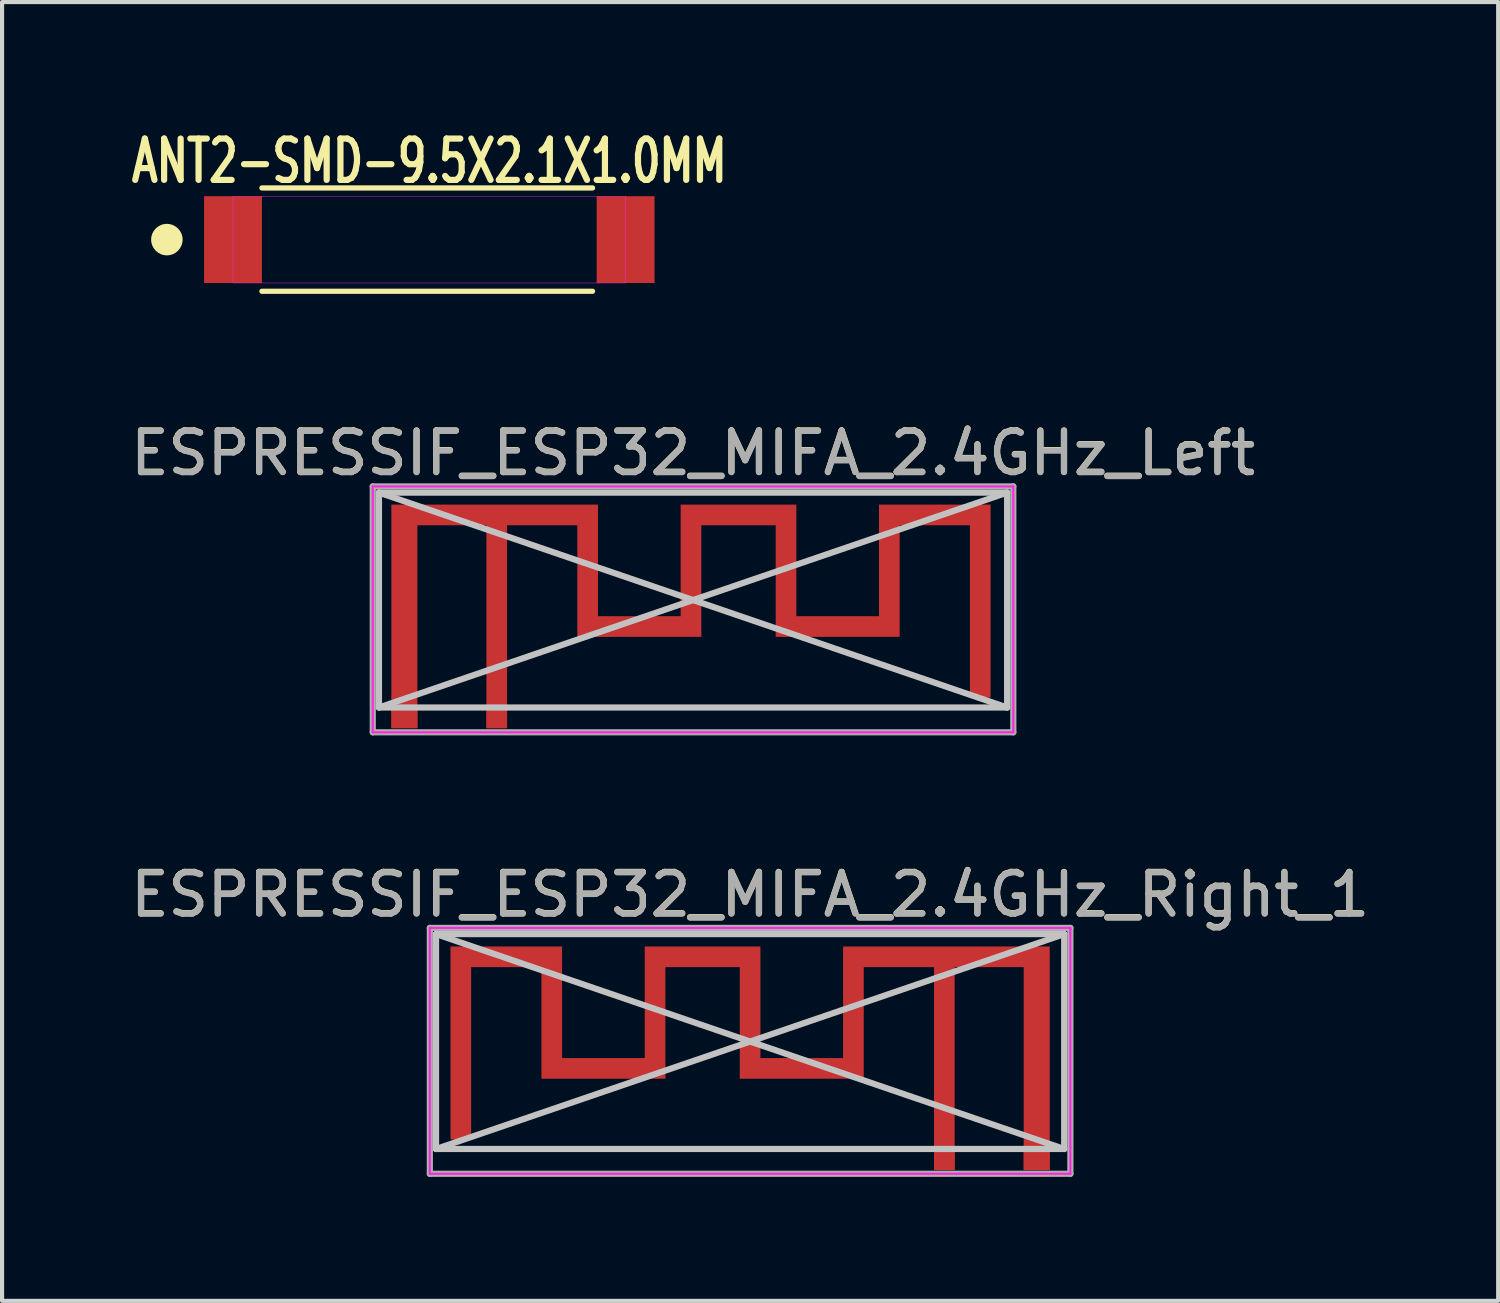
<source format=kicad_pcb>
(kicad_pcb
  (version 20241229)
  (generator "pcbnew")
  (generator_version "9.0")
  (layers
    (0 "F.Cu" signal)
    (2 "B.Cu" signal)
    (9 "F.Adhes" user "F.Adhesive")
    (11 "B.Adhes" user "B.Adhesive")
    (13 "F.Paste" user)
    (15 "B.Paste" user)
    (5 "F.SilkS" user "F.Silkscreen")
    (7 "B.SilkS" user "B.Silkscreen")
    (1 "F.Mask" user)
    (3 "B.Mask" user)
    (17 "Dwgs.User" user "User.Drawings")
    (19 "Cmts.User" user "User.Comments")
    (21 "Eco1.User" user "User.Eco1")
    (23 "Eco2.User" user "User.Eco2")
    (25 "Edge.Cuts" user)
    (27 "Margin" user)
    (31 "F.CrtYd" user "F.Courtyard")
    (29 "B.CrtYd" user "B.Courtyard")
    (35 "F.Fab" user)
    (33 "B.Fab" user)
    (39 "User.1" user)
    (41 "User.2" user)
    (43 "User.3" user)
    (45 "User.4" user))
  (footprint "ANT2-SMD-9.5X2.1X1.0MM"
    (layer "F.Cu")
    (at 7.338 2.748)
    (property "Reference" "ANT2-SMD-9.5X2.1X1.0MM" (at 0 -1.9 0) (layer "F.SilkS") (effects (font (size 1 0.7) (thickness 0.15))))
    (attr smd)
    (fp_line (start -4.05 -1.25) (end 3.95 -1.25) (stroke (width 0.127) (type solid)) (layer "F.SilkS"))
    (fp_line (start 3.95 1.25) (end -4.05 1.25) (stroke (width 0.127) (type solid)) (layer "F.SilkS"))
    (fp_circle (center -6.35 0) (end -5.969 0) (stroke (width 0) (type solid)) (fill yes) (layer "F.SilkS"))
    (fp_poly (pts (xy -4.75 -1.05) (xy 4.75 -1.05) (xy 4.75 1.05) (xy -4.75 1.05)) (stroke (width 0.01) (type solid)) (fill no) (layer "F.CrtYd"))
    (pad "1" smd rect (at -4.75 0) (size 1.4 2.1) (layers "F.Cu" "F.Mask" "F.Paste"))
    (pad "2" smd rect (at 4.75 0) (size 1.4 2.1) (layers "F.Cu" "F.Mask" "F.Paste")))
  (footprint "ESPRESSIF_ESP32_MIFA_2.4GHz_Right_1"
    (layer "F.Cu")
    (at 10.551 25.003)
    (property "Reference" "ESPRESSIF_ESP32_MIFA_2.4GHz_Right_1" (at 4.55 -6.41 0) (layer "F.SilkS") (effects (font (size 1 1) (thickness 0.15))))
    (attr exclude_from_pos_files exclude_from_bom)
    (fp_poly (pts (xy 6.8 -2.45) (xy 4.8 -2.45) (xy 4.8 -5.15) (xy 2 -5.15) (xy 2 -2.45) (xy 0 -2.45) (xy 0 -5.15) (xy -2.7 -5.15) (xy -2.7 -0.48) (xy -2.2 -0.48) (xy -2.2 -4.65) (xy -0.5 -4.65) (xy -0.5 -1.95) (xy 2.5 -1.95) (xy 2.5 -4.65) (xy 4.3 -4.65) (xy 4.3 -1.95) (xy 7.3 -1.95) (xy 7.3 -4.65) (xy 9 -4.65) (xy 9 0.26) (xy 9.5 0.26) (xy 9.5 -4.65) (xy 11.17 -4.65) (xy 11.17 0.26) (xy 11.8 0.26) (xy 11.8 0.007) (xy 11.498 0.007) (xy 11.488 0.054) (xy 11.464 0.097) (xy 11.426 0.13) (xy 11.418 0.134) (xy 11.375 0.146) (xy 11.327 0.145) (xy 11.281 0.132) (xy 11.263 0.122) (xy 11.229 0.087) (xy 11.208 0.041) (xy 11.202 -0.008) (xy 11.21 -0.056) (xy 11.227 -0.089) (xy 11.262 -0.121) (xy 11.308 -0.141) (xy 11.357 -0.148) (xy 11.405 -0.14) (xy 11.438 -0.123) (xy 11.473 -0.086) (xy 11.493 -0.042) (xy 11.498 0.007) (xy 11.8 0.028) (xy 11.8 -5.15) (xy 6.8 -5.15) (xy 6.8 -2.51)) (stroke (width 0) (type solid)) (fill yes) (layer "F.Cu"))
    (fp_line (start -3.05 -0.25) (end -3.05 -5.45) (stroke (width 0.15) (type solid)) (layer "Dwgs.User"))
    (fp_line (start 12.15 -5.45) (end -3.05 -5.45) (stroke (width 0.15) (type solid)) (layer "Dwgs.User"))
    (fp_line (start 12.15 -5.45) (end -3.05 -0.25) (stroke (width 0.15) (type solid)) (layer "Dwgs.User"))
    (fp_line (start 12.15 -0.25) (end -3.05 -5.45) (stroke (width 0.15) (type solid)) (layer "Dwgs.User"))
    (fp_line (start 12.15 -0.25) (end -3.05 -0.25) (stroke (width 0.15) (type solid)) (layer "Dwgs.User"))
    (fp_line (start 12.15 -0.25) (end 12.15 -5.45) (stroke (width 0.15) (type solid)) (layer "Dwgs.User"))
    (fp_line (start -3.2 -5.6) (end -3.2 0.35) (stroke (width 0.05) (type solid)) (layer "F.CrtYd"))
    (fp_line (start -3.2 0.35) (end 12.3 0.35) (stroke (width 0.05) (type solid)) (layer "F.CrtYd"))
    (fp_line (start 12.3 -5.6) (end -3.2 -5.6) (stroke (width 0.05) (type solid)) (layer "F.CrtYd"))
    (fp_line (start 12.3 0.35) (end 12.3 -5.6) (stroke (width 0.05) (type solid)) (layer "F.CrtYd"))
    (fp_line (start -3.2 -5.6) (end -3.2 0.35) (stroke (width 0.15) (type solid)) (layer "F.Fab"))
    (fp_line (start -3.2 0.35) (end 12.3 0.35) (stroke (width 0.15) (type solid)) (layer "F.Fab"))
    (fp_line (start 12.3 -5.6) (end -3.2 -5.6) (stroke (width 0.15) (type solid)) (layer "F.Fab"))
    (fp_line (start 12.3 0.35) (end 12.3 -5.6) (stroke (width 0.15) (type solid)) (layer "F.Fab"))
    (fp_text user "${REFERENCE}" (at 4.55 -6.4 0) (layer "F.Fab") (effects (font (size 1 1) (thickness 0.15))))
    (pad "1" smd rect (at 9.25 0.01) (size 0.5 0.5) (layers "F.Cu"))
    (pad "2" smd rect (at 11.485 0.01) (size 0.63 0.5) (layers "F.Cu")))
  (footprint "ESPRESSIF_ESP32_MIFA_2.4GHz_Left"
    (layer "F.Cu")
    (at 9.17 14.32)
    (property "Reference" "ESPRESSIF_ESP32_MIFA_2.4GHz_Left" (at 4.55 -6.41 0) (layer "F.SilkS") (effects (font (size 1 1) (thickness 0.15))))
    (attr exclude_from_pos_files exclude_from_bom)
    (fp_poly (pts (xy 2.25 -2.46) (xy 4.25 -2.46) (xy 4.25 -5.16) (xy 7.05 -5.16) (xy 7.05 -2.46) (xy 9.05 -2.46) (xy 9.05 -5.16) (xy 11.75 -5.16) (xy 11.75 -0.49) (xy 11.25 -0.49) (xy 11.25 -4.66) (xy 9.55 -4.66) (xy 9.55 -1.96) (xy 6.55 -1.96) (xy 6.55 -4.66) (xy 4.75 -4.66) (xy 4.75 -1.96) (xy 1.75 -1.96) (xy 1.75 -4.66) (xy 0.05 -4.66) (xy 0.05 0.25) (xy -0.45 0.25) (xy -0.45 -4.66) (xy -2.12 -4.66) (xy -2.12 0.25) (xy -2.75 0.25) (xy -2.75 -0.003) (xy -2.448 -0.003) (xy -2.438 0.044) (xy -2.414 0.087) (xy -2.376 0.12) (xy -2.368 0.124) (xy -2.325 0.136) (xy -2.277 0.135) (xy -2.231 0.122) (xy -2.213 0.112) (xy -2.179 0.077) (xy -2.158 0.031) (xy -2.152 -0.018) (xy -2.16 -0.066) (xy -2.177 -0.099) (xy -2.212 -0.131) (xy -2.258 -0.151) (xy -2.307 -0.158) (xy -2.355 -0.15) (xy -2.388 -0.133) (xy -2.423 -0.096) (xy -2.443 -0.052) (xy -2.448 -0.003) (xy -2.75 0.018) (xy -2.75 -5.16) (xy 2.25 -5.16) (xy 2.25 -2.52)) (stroke (width 0) (type solid)) (fill yes) (layer "F.Cu"))
    (fp_line (start -3.05 -0.25) (end -3.05 -5.45) (stroke (width 0.15) (type solid)) (layer "Dwgs.User"))
    (fp_line (start 12.15 -5.45) (end -3.05 -5.45) (stroke (width 0.15) (type solid)) (layer "Dwgs.User"))
    (fp_line (start 12.15 -5.45) (end -3.05 -0.25) (stroke (width 0.15) (type solid)) (layer "Dwgs.User"))
    (fp_line (start 12.15 -0.25) (end -3.05 -5.45) (stroke (width 0.15) (type solid)) (layer "Dwgs.User"))
    (fp_line (start 12.15 -0.25) (end -3.05 -0.25) (stroke (width 0.15) (type solid)) (layer "Dwgs.User"))
    (fp_line (start 12.15 -0.25) (end 12.15 -5.45) (stroke (width 0.15) (type solid)) (layer "Dwgs.User"))
    (fp_line (start -3.2 -5.6) (end -3.2 0.35) (stroke (width 0.05) (type solid)) (layer "F.CrtYd"))
    (fp_line (start -3.2 0.35) (end 12.3 0.35) (stroke (width 0.05) (type solid)) (layer "F.CrtYd"))
    (fp_line (start 12.3 -5.6) (end -3.2 -5.6) (stroke (width 0.05) (type solid)) (layer "F.CrtYd"))
    (fp_line (start 12.3 0.35) (end 12.3 -5.6) (stroke (width 0.05) (type solid)) (layer "F.CrtYd"))
    (fp_line (start -3.2 -5.6) (end -3.2 0.35) (stroke (width 0.15) (type solid)) (layer "F.Fab"))
    (fp_line (start -3.2 0.35) (end 12.3 0.35) (stroke (width 0.15) (type solid)) (layer "F.Fab"))
    (fp_line (start 12.3 -5.6) (end -3.2 -5.6) (stroke (width 0.15) (type solid)) (layer "F.Fab"))
    (fp_line (start 12.3 0.35) (end 12.3 -5.6) (stroke (width 0.15) (type solid)) (layer "F.Fab"))
    (fp_text user "${REFERENCE}" (at 4.55 -6.4 0) (layer "F.Fab") (effects (font (size 1 1) (thickness 0.15))))
    (pad "1" smd rect (at -0.2 0) (size 0.5 0.5) (layers "F.Cu"))
    (pad "2" smd rect (at -2.435 0) (size 0.63 0.5) (layers "F.Cu")))
  (gr_rect
    (start -3 -3)
    (end 33.202 28.428)
    (stroke (width 0.1) (type default))
    (fill no)
    (layer "Edge.Cuts")))
</source>
